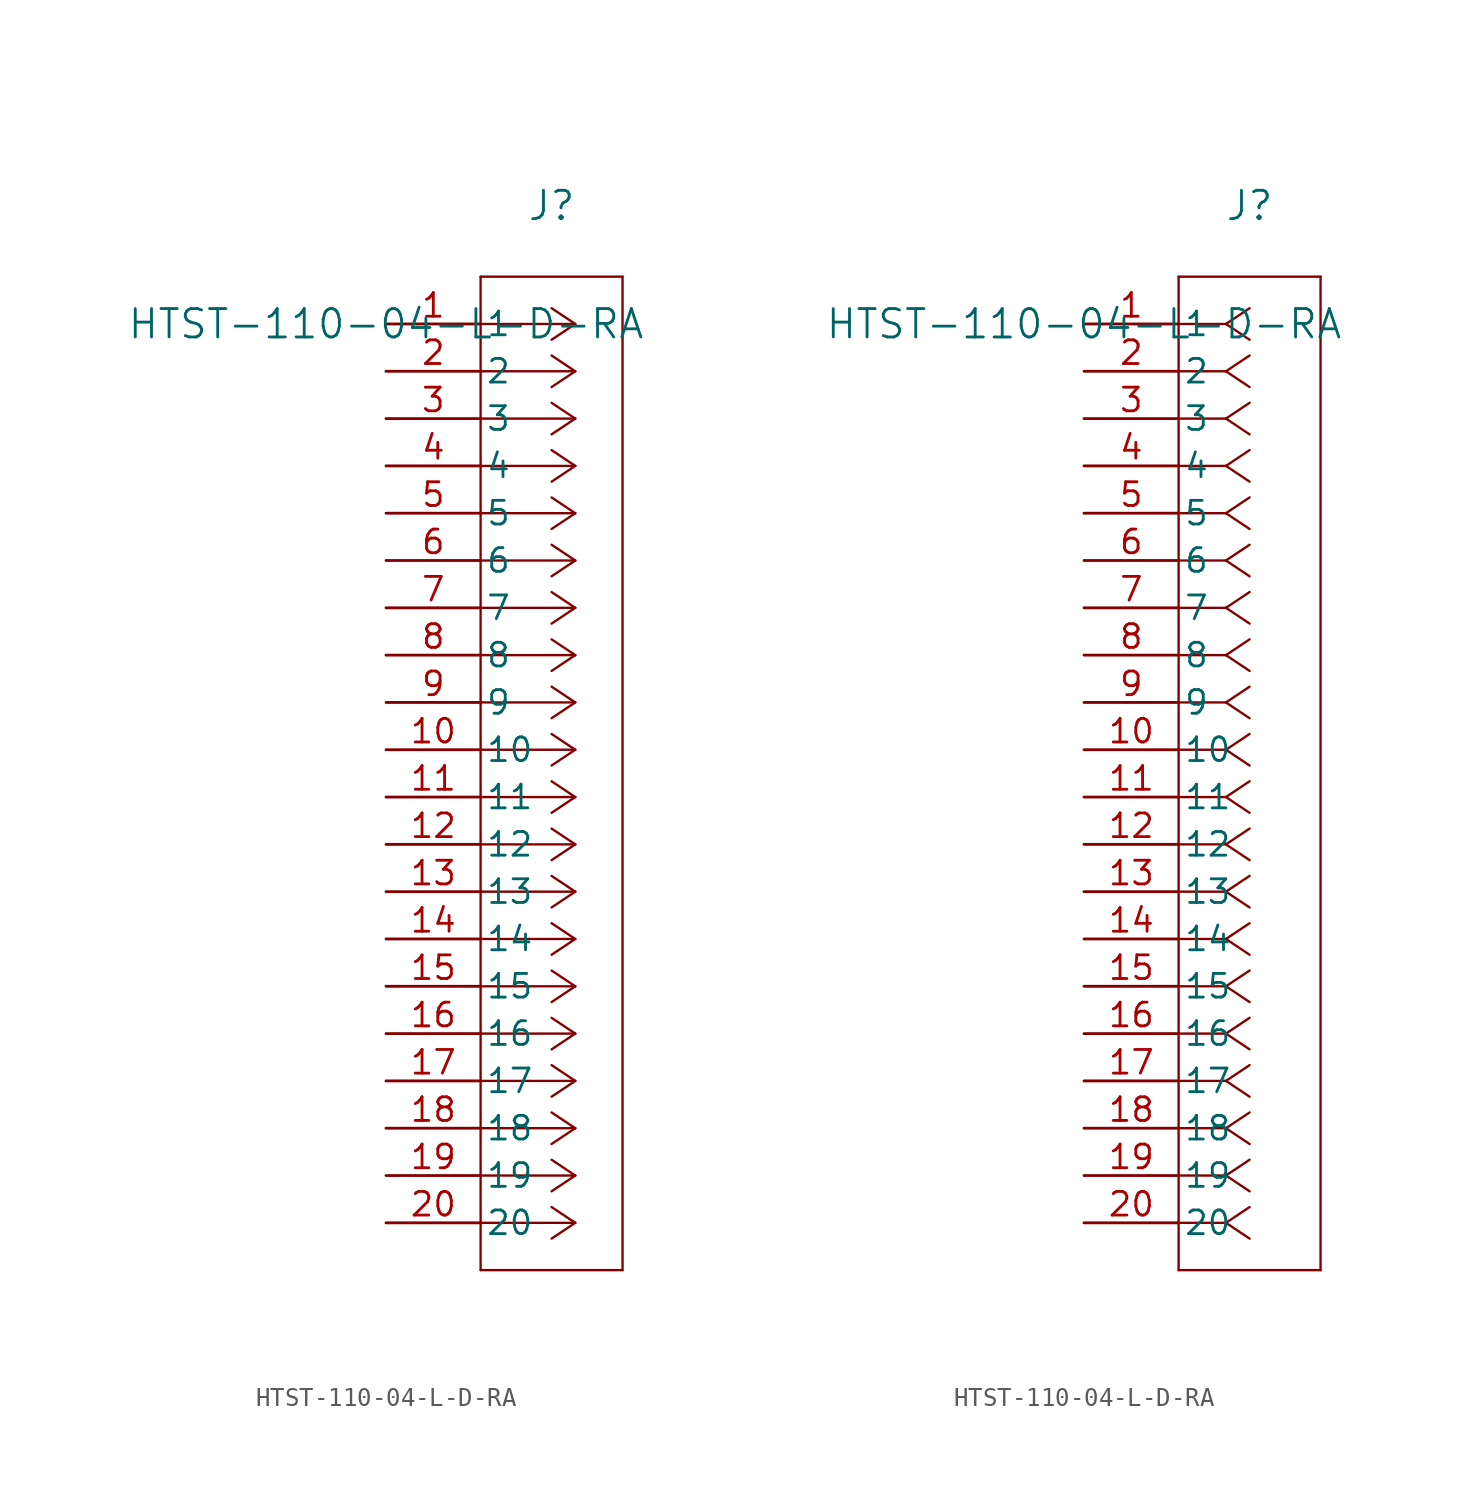
<source format=kicad_sym>
(kicad_symbol_lib
  (version 20211014)
  (generator kicad_symbol_editor)
  (symbol "HTST-110-04-L-D-RA"
    (pin_names
      (offset 0.254))
    (property "Reference" "J"
      (at 8.89 6.35 0)
      (effects (font (size 1.524 1.524))))
    (property "Value" "HTST-110-04-L-D-RA"
      (at 0 0 0)
      (effects (font (size 1.524 1.524))))
    (symbol "HTST-110-04-L-D-RA_1_1"
      (polyline (pts (xy 10.16 0) (xy 5.08 0)) (stroke (width 0.127) (type default) (color 0 0 0 0)) (fill (type none)))
      (polyline (pts (xy 10.16 -2.54) (xy 5.08 -2.54)) (stroke (width 0.127) (type default) (color 0 0 0 0)) (fill (type none)))
      (polyline (pts (xy 10.16 -5.08) (xy 5.08 -5.08)) (stroke (width 0.127) (type default) (color 0 0 0 0)) (fill (type none)))
      (polyline (pts (xy 10.16 -7.62) (xy 5.08 -7.62)) (stroke (width 0.127) (type default) (color 0 0 0 0)) (fill (type none)))
      (polyline (pts (xy 10.16 -10.16) (xy 5.08 -10.16)) (stroke (width 0.127) (type default) (color 0 0 0 0)) (fill (type none)))
      (polyline (pts (xy 10.16 -12.7) (xy 5.08 -12.7)) (stroke (width 0.127) (type default) (color 0 0 0 0)) (fill (type none)))
      (polyline (pts (xy 10.16 -15.24) (xy 5.08 -15.24)) (stroke (width 0.127) (type default) (color 0 0 0 0)) (fill (type none)))
      (polyline (pts (xy 10.16 -17.78) (xy 5.08 -17.78)) (stroke (width 0.127) (type default) (color 0 0 0 0)) (fill (type none)))
      (polyline (pts (xy 10.16 -20.32) (xy 5.08 -20.32)) (stroke (width 0.127) (type default) (color 0 0 0 0)) (fill (type none)))
      (polyline (pts (xy 10.16 -22.86) (xy 5.08 -22.86)) (stroke (width 0.127) (type default) (color 0 0 0 0)) (fill (type none)))
      (polyline (pts (xy 10.16 -25.4) (xy 5.08 -25.4)) (stroke (width 0.127) (type default) (color 0 0 0 0)) (fill (type none)))
      (polyline (pts (xy 10.16 -27.94) (xy 5.08 -27.94)) (stroke (width 0.127) (type default) (color 0 0 0 0)) (fill (type none)))
      (polyline (pts (xy 10.16 -30.48) (xy 5.08 -30.48)) (stroke (width 0.127) (type default) (color 0 0 0 0)) (fill (type none)))
      (polyline (pts (xy 10.16 -33.02) (xy 5.08 -33.02)) (stroke (width 0.127) (type default) (color 0 0 0 0)) (fill (type none)))
      (polyline (pts (xy 10.16 -35.56) (xy 5.08 -35.56)) (stroke (width 0.127) (type default) (color 0 0 0 0)) (fill (type none)))
      (polyline (pts (xy 10.16 -38.1) (xy 5.08 -38.1)) (stroke (width 0.127) (type default) (color 0 0 0 0)) (fill (type none)))
      (polyline (pts (xy 10.16 -40.64) (xy 5.08 -40.64)) (stroke (width 0.127) (type default) (color 0 0 0 0)) (fill (type none)))
      (polyline (pts (xy 10.16 -43.18) (xy 5.08 -43.18)) (stroke (width 0.127) (type default) (color 0 0 0 0)) (fill (type none)))
      (polyline (pts (xy 10.16 -45.72) (xy 5.08 -45.72)) (stroke (width 0.127) (type default) (color 0 0 0 0)) (fill (type none)))
      (polyline (pts (xy 10.16 -48.26) (xy 5.08 -48.26)) (stroke (width 0.127) (type default) (color 0 0 0 0)) (fill (type none)))
      (polyline (pts (xy 10.16 0) (xy 8.89 0.847)) (stroke (width 0.127) (type default) (color 0 0 0 0)) (fill (type none)))
      (polyline (pts (xy 10.16 -2.54) (xy 8.89 -1.693)) (stroke (width 0.127) (type default) (color 0 0 0 0)) (fill (type none)))
      (polyline (pts (xy 10.16 -5.08) (xy 8.89 -4.233)) (stroke (width 0.127) (type default) (color 0 0 0 0)) (fill (type none)))
      (polyline (pts (xy 10.16 -7.62) (xy 8.89 -6.773)) (stroke (width 0.127) (type default) (color 0 0 0 0)) (fill (type none)))
      (polyline (pts (xy 10.16 -10.16) (xy 8.89 -9.313)) (stroke (width 0.127) (type default) (color 0 0 0 0)) (fill (type none)))
      (polyline (pts (xy 10.16 -12.7) (xy 8.89 -11.853)) (stroke (width 0.127) (type default) (color 0 0 0 0)) (fill (type none)))
      (polyline (pts (xy 10.16 -15.24) (xy 8.89 -14.393)) (stroke (width 0.127) (type default) (color 0 0 0 0)) (fill (type none)))
      (polyline (pts (xy 10.16 -17.78) (xy 8.89 -16.933)) (stroke (width 0.127) (type default) (color 0 0 0 0)) (fill (type none)))
      (polyline (pts (xy 10.16 -20.32) (xy 8.89 -19.473)) (stroke (width 0.127) (type default) (color 0 0 0 0)) (fill (type none)))
      (polyline (pts (xy 10.16 -22.86) (xy 8.89 -22.013)) (stroke (width 0.127) (type default) (color 0 0 0 0)) (fill (type none)))
      (polyline (pts (xy 10.16 -25.4) (xy 8.89 -24.553)) (stroke (width 0.127) (type default) (color 0 0 0 0)) (fill (type none)))
      (polyline (pts (xy 10.16 -27.94) (xy 8.89 -27.093)) (stroke (width 0.127) (type default) (color 0 0 0 0)) (fill (type none)))
      (polyline (pts (xy 10.16 -30.48) (xy 8.89 -29.633)) (stroke (width 0.127) (type default) (color 0 0 0 0)) (fill (type none)))
      (polyline (pts (xy 10.16 -33.02) (xy 8.89 -32.173)) (stroke (width 0.127) (type default) (color 0 0 0 0)) (fill (type none)))
      (polyline (pts (xy 10.16 -35.56) (xy 8.89 -34.713)) (stroke (width 0.127) (type default) (color 0 0 0 0)) (fill (type none)))
      (polyline (pts (xy 10.16 -38.1) (xy 8.89 -37.253)) (stroke (width 0.127) (type default) (color 0 0 0 0)) (fill (type none)))
      (polyline (pts (xy 10.16 -40.64) (xy 8.89 -39.793)) (stroke (width 0.127) (type default) (color 0 0 0 0)) (fill (type none)))
      (polyline (pts (xy 10.16 -43.18) (xy 8.89 -42.333)) (stroke (width 0.127) (type default) (color 0 0 0 0)) (fill (type none)))
      (polyline (pts (xy 10.16 -45.72) (xy 8.89 -44.873)) (stroke (width 0.127) (type default) (color 0 0 0 0)) (fill (type none)))
      (polyline (pts (xy 10.16 -48.26) (xy 8.89 -47.413)) (stroke (width 0.127) (type default) (color 0 0 0 0)) (fill (type none)))
      (polyline (pts (xy 10.16 0) (xy 8.89 -0.847)) (stroke (width 0.127) (type default) (color 0 0 0 0)) (fill (type none)))
      (polyline (pts (xy 10.16 -2.54) (xy 8.89 -3.387)) (stroke (width 0.127) (type default) (color 0 0 0 0)) (fill (type none)))
      (polyline (pts (xy 10.16 -5.08) (xy 8.89 -5.927)) (stroke (width 0.127) (type default) (color 0 0 0 0)) (fill (type none)))
      (polyline (pts (xy 10.16 -7.62) (xy 8.89 -8.467)) (stroke (width 0.127) (type default) (color 0 0 0 0)) (fill (type none)))
      (polyline (pts (xy 10.16 -10.16) (xy 8.89 -11.007)) (stroke (width 0.127) (type default) (color 0 0 0 0)) (fill (type none)))
      (polyline (pts (xy 10.16 -12.7) (xy 8.89 -13.547)) (stroke (width 0.127) (type default) (color 0 0 0 0)) (fill (type none)))
      (polyline (pts (xy 10.16 -15.24) (xy 8.89 -16.087)) (stroke (width 0.127) (type default) (color 0 0 0 0)) (fill (type none)))
      (polyline (pts (xy 10.16 -17.78) (xy 8.89 -18.627)) (stroke (width 0.127) (type default) (color 0 0 0 0)) (fill (type none)))
      (polyline (pts (xy 10.16 -20.32) (xy 8.89 -21.167)) (stroke (width 0.127) (type default) (color 0 0 0 0)) (fill (type none)))
      (polyline (pts (xy 10.16 -22.86) (xy 8.89 -23.707)) (stroke (width 0.127) (type default) (color 0 0 0 0)) (fill (type none)))
      (polyline (pts (xy 10.16 -25.4) (xy 8.89 -26.247)) (stroke (width 0.127) (type default) (color 0 0 0 0)) (fill (type none)))
      (polyline (pts (xy 10.16 -27.94) (xy 8.89 -28.787)) (stroke (width 0.127) (type default) (color 0 0 0 0)) (fill (type none)))
      (polyline (pts (xy 10.16 -30.48) (xy 8.89 -31.327)) (stroke (width 0.127) (type default) (color 0 0 0 0)) (fill (type none)))
      (polyline (pts (xy 10.16 -33.02) (xy 8.89 -33.867)) (stroke (width 0.127) (type default) (color 0 0 0 0)) (fill (type none)))
      (polyline (pts (xy 10.16 -35.56) (xy 8.89 -36.407)) (stroke (width 0.127) (type default) (color 0 0 0 0)) (fill (type none)))
      (polyline (pts (xy 10.16 -38.1) (xy 8.89 -38.947)) (stroke (width 0.127) (type default) (color 0 0 0 0)) (fill (type none)))
      (polyline (pts (xy 10.16 -40.64) (xy 8.89 -41.487)) (stroke (width 0.127) (type default) (color 0 0 0 0)) (fill (type none)))
      (polyline (pts (xy 10.16 -43.18) (xy 8.89 -44.027)) (stroke (width 0.127) (type default) (color 0 0 0 0)) (fill (type none)))
      (polyline (pts (xy 10.16 -45.72) (xy 8.89 -46.567)) (stroke (width 0.127) (type default) (color 0 0 0 0)) (fill (type none)))
      (polyline (pts (xy 10.16 -48.26) (xy 8.89 -49.107)) (stroke (width 0.127) (type default) (color 0 0 0 0)) (fill (type none)))
      (polyline (pts (xy 5.08 2.54) (xy 5.08 -50.8)) (stroke (width 0.127) (type default) (color 0 0 0 0)) (fill (type none)))
      (polyline (pts (xy 5.08 -50.8) (xy 12.7 -50.8)) (stroke (width 0.127) (type default) (color 0 0 0 0)) (fill (type none)))
      (polyline (pts (xy 12.7 -50.8) (xy 12.7 2.54)) (stroke (width 0.127) (type default) (color 0 0 0 0)) (fill (type none)))
      (polyline (pts (xy 12.7 2.54) (xy 5.08 2.54)) (stroke (width 0.127) (type default) (color 0 0 0 0)) (fill (type none)))
      (pin unspecified line (at 0 0 0) (length 5.08) (name "1" (effects (font (size 1.27 1.27)))) (number "1" (effects (font (size 1.27 1.27)))))
      (pin unspecified line (at 0 -2.54 0) (length 5.08) (name "2" (effects (font (size 1.27 1.27)))) (number "2" (effects (font (size 1.27 1.27)))))
      (pin unspecified line (at 0 -5.08 0) (length 5.08) (name "3" (effects (font (size 1.27 1.27)))) (number "3" (effects (font (size 1.27 1.27)))))
      (pin unspecified line (at 0 -7.62 0) (length 5.08) (name "4" (effects (font (size 1.27 1.27)))) (number "4" (effects (font (size 1.27 1.27)))))
      (pin unspecified line (at 0 -10.16 0) (length 5.08) (name "5" (effects (font (size 1.27 1.27)))) (number "5" (effects (font (size 1.27 1.27)))))
      (pin unspecified line (at 0 -12.7 0) (length 5.08) (name "6" (effects (font (size 1.27 1.27)))) (number "6" (effects (font (size 1.27 1.27)))))
      (pin unspecified line (at 0 -15.24 0) (length 5.08) (name "7" (effects (font (size 1.27 1.27)))) (number "7" (effects (font (size 1.27 1.27)))))
      (pin unspecified line (at 0 -17.78 0) (length 5.08) (name "8" (effects (font (size 1.27 1.27)))) (number "8" (effects (font (size 1.27 1.27)))))
      (pin unspecified line (at 0 -20.32 0) (length 5.08) (name "9" (effects (font (size 1.27 1.27)))) (number "9" (effects (font (size 1.27 1.27)))))
      (pin unspecified line (at 0 -22.86 0) (length 5.08) (name "10" (effects (font (size 1.27 1.27)))) (number "10" (effects (font (size 1.27 1.27)))))
      (pin unspecified line (at 0 -25.4 0) (length 5.08) (name "11" (effects (font (size 1.27 1.27)))) (number "11" (effects (font (size 1.27 1.27)))))
      (pin unspecified line (at 0 -27.94 0) (length 5.08) (name "12" (effects (font (size 1.27 1.27)))) (number "12" (effects (font (size 1.27 1.27)))))
      (pin unspecified line (at 0 -30.48 0) (length 5.08) (name "13" (effects (font (size 1.27 1.27)))) (number "13" (effects (font (size 1.27 1.27)))))
      (pin unspecified line (at 0 -33.02 0) (length 5.08) (name "14" (effects (font (size 1.27 1.27)))) (number "14" (effects (font (size 1.27 1.27)))))
      (pin unspecified line (at 0 -35.56 0) (length 5.08) (name "15" (effects (font (size 1.27 1.27)))) (number "15" (effects (font (size 1.27 1.27)))))
      (pin unspecified line (at 0 -38.1 0) (length 5.08) (name "16" (effects (font (size 1.27 1.27)))) (number "16" (effects (font (size 1.27 1.27)))))
      (pin unspecified line (at 0 -40.64 0) (length 5.08) (name "17" (effects (font (size 1.27 1.27)))) (number "17" (effects (font (size 1.27 1.27)))))
      (pin unspecified line (at 0 -43.18 0) (length 5.08) (name "18" (effects (font (size 1.27 1.27)))) (number "18" (effects (font (size 1.27 1.27)))))
      (pin unspecified line (at 0 -45.72 0) (length 5.08) (name "19" (effects (font (size 1.27 1.27)))) (number "19" (effects (font (size 1.27 1.27)))))
      (pin unspecified line (at 0 -48.26 0) (length 5.08) (name "20" (effects (font (size 1.27 1.27)))) (number "20" (effects (font (size 1.27 1.27))))))
    (symbol "HTST-110-04-L-D-RA_1_2"
      (polyline (pts (xy 7.62 0) (xy 5.08 0)) (stroke (width 0.127) (type default) (color 0 0 0 0)) (fill (type none)))
      (polyline (pts (xy 7.62 -2.54) (xy 5.08 -2.54)) (stroke (width 0.127) (type default) (color 0 0 0 0)) (fill (type none)))
      (polyline (pts (xy 7.62 -5.08) (xy 5.08 -5.08)) (stroke (width 0.127) (type default) (color 0 0 0 0)) (fill (type none)))
      (polyline (pts (xy 7.62 -7.62) (xy 5.08 -7.62)) (stroke (width 0.127) (type default) (color 0 0 0 0)) (fill (type none)))
      (polyline (pts (xy 7.62 -10.16) (xy 5.08 -10.16)) (stroke (width 0.127) (type default) (color 0 0 0 0)) (fill (type none)))
      (polyline (pts (xy 7.62 -12.7) (xy 5.08 -12.7)) (stroke (width 0.127) (type default) (color 0 0 0 0)) (fill (type none)))
      (polyline (pts (xy 7.62 -15.24) (xy 5.08 -15.24)) (stroke (width 0.127) (type default) (color 0 0 0 0)) (fill (type none)))
      (polyline (pts (xy 7.62 -17.78) (xy 5.08 -17.78)) (stroke (width 0.127) (type default) (color 0 0 0 0)) (fill (type none)))
      (polyline (pts (xy 7.62 -20.32) (xy 5.08 -20.32)) (stroke (width 0.127) (type default) (color 0 0 0 0)) (fill (type none)))
      (polyline (pts (xy 7.62 -22.86) (xy 5.08 -22.86)) (stroke (width 0.127) (type default) (color 0 0 0 0)) (fill (type none)))
      (polyline (pts (xy 7.62 -25.4) (xy 5.08 -25.4)) (stroke (width 0.127) (type default) (color 0 0 0 0)) (fill (type none)))
      (polyline (pts (xy 7.62 -27.94) (xy 5.08 -27.94)) (stroke (width 0.127) (type default) (color 0 0 0 0)) (fill (type none)))
      (polyline (pts (xy 7.62 -30.48) (xy 5.08 -30.48)) (stroke (width 0.127) (type default) (color 0 0 0 0)) (fill (type none)))
      (polyline (pts (xy 7.62 -33.02) (xy 5.08 -33.02)) (stroke (width 0.127) (type default) (color 0 0 0 0)) (fill (type none)))
      (polyline (pts (xy 7.62 -35.56) (xy 5.08 -35.56)) (stroke (width 0.127) (type default) (color 0 0 0 0)) (fill (type none)))
      (polyline (pts (xy 7.62 -38.1) (xy 5.08 -38.1)) (stroke (width 0.127) (type default) (color 0 0 0 0)) (fill (type none)))
      (polyline (pts (xy 7.62 -40.64) (xy 5.08 -40.64)) (stroke (width 0.127) (type default) (color 0 0 0 0)) (fill (type none)))
      (polyline (pts (xy 7.62 -43.18) (xy 5.08 -43.18)) (stroke (width 0.127) (type default) (color 0 0 0 0)) (fill (type none)))
      (polyline (pts (xy 7.62 -45.72) (xy 5.08 -45.72)) (stroke (width 0.127) (type default) (color 0 0 0 0)) (fill (type none)))
      (polyline (pts (xy 7.62 -48.26) (xy 5.08 -48.26)) (stroke (width 0.127) (type default) (color 0 0 0 0)) (fill (type none)))
      (polyline (pts (xy 7.62 0) (xy 8.89 0.847)) (stroke (width 0.127) (type default) (color 0 0 0 0)) (fill (type none)))
      (polyline (pts (xy 7.62 -2.54) (xy 8.89 -1.693)) (stroke (width 0.127) (type default) (color 0 0 0 0)) (fill (type none)))
      (polyline (pts (xy 7.62 -5.08) (xy 8.89 -4.233)) (stroke (width 0.127) (type default) (color 0 0 0 0)) (fill (type none)))
      (polyline (pts (xy 7.62 -7.62) (xy 8.89 -6.773)) (stroke (width 0.127) (type default) (color 0 0 0 0)) (fill (type none)))
      (polyline (pts (xy 7.62 -10.16) (xy 8.89 -9.313)) (stroke (width 0.127) (type default) (color 0 0 0 0)) (fill (type none)))
      (polyline (pts (xy 7.62 -12.7) (xy 8.89 -11.853)) (stroke (width 0.127) (type default) (color 0 0 0 0)) (fill (type none)))
      (polyline (pts (xy 7.62 -15.24) (xy 8.89 -14.393)) (stroke (width 0.127) (type default) (color 0 0 0 0)) (fill (type none)))
      (polyline (pts (xy 7.62 -17.78) (xy 8.89 -16.933)) (stroke (width 0.127) (type default) (color 0 0 0 0)) (fill (type none)))
      (polyline (pts (xy 7.62 -20.32) (xy 8.89 -19.473)) (stroke (width 0.127) (type default) (color 0 0 0 0)) (fill (type none)))
      (polyline (pts (xy 7.62 -22.86) (xy 8.89 -22.013)) (stroke (width 0.127) (type default) (color 0 0 0 0)) (fill (type none)))
      (polyline (pts (xy 7.62 -25.4) (xy 8.89 -24.553)) (stroke (width 0.127) (type default) (color 0 0 0 0)) (fill (type none)))
      (polyline (pts (xy 7.62 -27.94) (xy 8.89 -27.093)) (stroke (width 0.127) (type default) (color 0 0 0 0)) (fill (type none)))
      (polyline (pts (xy 7.62 -30.48) (xy 8.89 -29.633)) (stroke (width 0.127) (type default) (color 0 0 0 0)) (fill (type none)))
      (polyline (pts (xy 7.62 -33.02) (xy 8.89 -32.173)) (stroke (width 0.127) (type default) (color 0 0 0 0)) (fill (type none)))
      (polyline (pts (xy 7.62 -35.56) (xy 8.89 -34.713)) (stroke (width 0.127) (type default) (color 0 0 0 0)) (fill (type none)))
      (polyline (pts (xy 7.62 -38.1) (xy 8.89 -37.253)) (stroke (width 0.127) (type default) (color 0 0 0 0)) (fill (type none)))
      (polyline (pts (xy 7.62 -40.64) (xy 8.89 -39.793)) (stroke (width 0.127) (type default) (color 0 0 0 0)) (fill (type none)))
      (polyline (pts (xy 7.62 -43.18) (xy 8.89 -42.333)) (stroke (width 0.127) (type default) (color 0 0 0 0)) (fill (type none)))
      (polyline (pts (xy 7.62 -45.72) (xy 8.89 -44.873)) (stroke (width 0.127) (type default) (color 0 0 0 0)) (fill (type none)))
      (polyline (pts (xy 7.62 -48.26) (xy 8.89 -47.413)) (stroke (width 0.127) (type default) (color 0 0 0 0)) (fill (type none)))
      (polyline (pts (xy 7.62 0) (xy 8.89 -0.847)) (stroke (width 0.127) (type default) (color 0 0 0 0)) (fill (type none)))
      (polyline (pts (xy 7.62 -2.54) (xy 8.89 -3.387)) (stroke (width 0.127) (type default) (color 0 0 0 0)) (fill (type none)))
      (polyline (pts (xy 7.62 -5.08) (xy 8.89 -5.927)) (stroke (width 0.127) (type default) (color 0 0 0 0)) (fill (type none)))
      (polyline (pts (xy 7.62 -7.62) (xy 8.89 -8.467)) (stroke (width 0.127) (type default) (color 0 0 0 0)) (fill (type none)))
      (polyline (pts (xy 7.62 -10.16) (xy 8.89 -11.007)) (stroke (width 0.127) (type default) (color 0 0 0 0)) (fill (type none)))
      (polyline (pts (xy 7.62 -12.7) (xy 8.89 -13.547)) (stroke (width 0.127) (type default) (color 0 0 0 0)) (fill (type none)))
      (polyline (pts (xy 7.62 -15.24) (xy 8.89 -16.087)) (stroke (width 0.127) (type default) (color 0 0 0 0)) (fill (type none)))
      (polyline (pts (xy 7.62 -17.78) (xy 8.89 -18.627)) (stroke (width 0.127) (type default) (color 0 0 0 0)) (fill (type none)))
      (polyline (pts (xy 7.62 -20.32) (xy 8.89 -21.167)) (stroke (width 0.127) (type default) (color 0 0 0 0)) (fill (type none)))
      (polyline (pts (xy 7.62 -22.86) (xy 8.89 -23.707)) (stroke (width 0.127) (type default) (color 0 0 0 0)) (fill (type none)))
      (polyline (pts (xy 7.62 -25.4) (xy 8.89 -26.247)) (stroke (width 0.127) (type default) (color 0 0 0 0)) (fill (type none)))
      (polyline (pts (xy 7.62 -27.94) (xy 8.89 -28.787)) (stroke (width 0.127) (type default) (color 0 0 0 0)) (fill (type none)))
      (polyline (pts (xy 7.62 -30.48) (xy 8.89 -31.327)) (stroke (width 0.127) (type default) (color 0 0 0 0)) (fill (type none)))
      (polyline (pts (xy 7.62 -33.02) (xy 8.89 -33.867)) (stroke (width 0.127) (type default) (color 0 0 0 0)) (fill (type none)))
      (polyline (pts (xy 7.62 -35.56) (xy 8.89 -36.407)) (stroke (width 0.127) (type default) (color 0 0 0 0)) (fill (type none)))
      (polyline (pts (xy 7.62 -38.1) (xy 8.89 -38.947)) (stroke (width 0.127) (type default) (color 0 0 0 0)) (fill (type none)))
      (polyline (pts (xy 7.62 -40.64) (xy 8.89 -41.487)) (stroke (width 0.127) (type default) (color 0 0 0 0)) (fill (type none)))
      (polyline (pts (xy 7.62 -43.18) (xy 8.89 -44.027)) (stroke (width 0.127) (type default) (color 0 0 0 0)) (fill (type none)))
      (polyline (pts (xy 7.62 -45.72) (xy 8.89 -46.567)) (stroke (width 0.127) (type default) (color 0 0 0 0)) (fill (type none)))
      (polyline (pts (xy 7.62 -48.26) (xy 8.89 -49.107)) (stroke (width 0.127) (type default) (color 0 0 0 0)) (fill (type none)))
      (polyline (pts (xy 5.08 2.54) (xy 5.08 -50.8)) (stroke (width 0.127) (type default) (color 0 0 0 0)) (fill (type none)))
      (polyline (pts (xy 5.08 -50.8) (xy 12.7 -50.8)) (stroke (width 0.127) (type default) (color 0 0 0 0)) (fill (type none)))
      (polyline (pts (xy 12.7 -50.8) (xy 12.7 2.54)) (stroke (width 0.127) (type default) (color 0 0 0 0)) (fill (type none)))
      (polyline (pts (xy 12.7 2.54) (xy 5.08 2.54)) (stroke (width 0.127) (type default) (color 0 0 0 0)) (fill (type none)))
      (pin unspecified line (at 0 0 0) (length 5.08) (name "1" (effects (font (size 1.27 1.27)))) (number "1" (effects (font (size 1.27 1.27)))))
      (pin unspecified line (at 0 -2.54 0) (length 5.08) (name "2" (effects (font (size 1.27 1.27)))) (number "2" (effects (font (size 1.27 1.27)))))
      (pin unspecified line (at 0 -5.08 0) (length 5.08) (name "3" (effects (font (size 1.27 1.27)))) (number "3" (effects (font (size 1.27 1.27)))))
      (pin unspecified line (at 0 -7.62 0) (length 5.08) (name "4" (effects (font (size 1.27 1.27)))) (number "4" (effects (font (size 1.27 1.27)))))
      (pin unspecified line (at 0 -10.16 0) (length 5.08) (name "5" (effects (font (size 1.27 1.27)))) (number "5" (effects (font (size 1.27 1.27)))))
      (pin unspecified line (at 0 -12.7 0) (length 5.08) (name "6" (effects (font (size 1.27 1.27)))) (number "6" (effects (font (size 1.27 1.27)))))
      (pin unspecified line (at 0 -15.24 0) (length 5.08) (name "7" (effects (font (size 1.27 1.27)))) (number "7" (effects (font (size 1.27 1.27)))))
      (pin unspecified line (at 0 -17.78 0) (length 5.08) (name "8" (effects (font (size 1.27 1.27)))) (number "8" (effects (font (size 1.27 1.27)))))
      (pin unspecified line (at 0 -20.32 0) (length 5.08) (name "9" (effects (font (size 1.27 1.27)))) (number "9" (effects (font (size 1.27 1.27)))))
      (pin unspecified line (at 0 -22.86 0) (length 5.08) (name "10" (effects (font (size 1.27 1.27)))) (number "10" (effects (font (size 1.27 1.27)))))
      (pin unspecified line (at 0 -25.4 0) (length 5.08) (name "11" (effects (font (size 1.27 1.27)))) (number "11" (effects (font (size 1.27 1.27)))))
      (pin unspecified line (at 0 -27.94 0) (length 5.08) (name "12" (effects (font (size 1.27 1.27)))) (number "12" (effects (font (size 1.27 1.27)))))
      (pin unspecified line (at 0 -30.48 0) (length 5.08) (name "13" (effects (font (size 1.27 1.27)))) (number "13" (effects (font (size 1.27 1.27)))))
      (pin unspecified line (at 0 -33.02 0) (length 5.08) (name "14" (effects (font (size 1.27 1.27)))) (number "14" (effects (font (size 1.27 1.27)))))
      (pin unspecified line (at 0 -35.56 0) (length 5.08) (name "15" (effects (font (size 1.27 1.27)))) (number "15" (effects (font (size 1.27 1.27)))))
      (pin unspecified line (at 0 -38.1 0) (length 5.08) (name "16" (effects (font (size 1.27 1.27)))) (number "16" (effects (font (size 1.27 1.27)))))
      (pin unspecified line (at 0 -40.64 0) (length 5.08) (name "17" (effects (font (size 1.27 1.27)))) (number "17" (effects (font (size 1.27 1.27)))))
      (pin unspecified line (at 0 -43.18 0) (length 5.08) (name "18" (effects (font (size 1.27 1.27)))) (number "18" (effects (font (size 1.27 1.27)))))
      (pin unspecified line (at 0 -45.72 0) (length 5.08) (name "19" (effects (font (size 1.27 1.27)))) (number "19" (effects (font (size 1.27 1.27)))))
      (pin unspecified line (at 0 -48.26 0) (length 5.08) (name "20" (effects (font (size 1.27 1.27)))) (number "20" (effects (font (size 1.27 1.27))))))))
</source>
